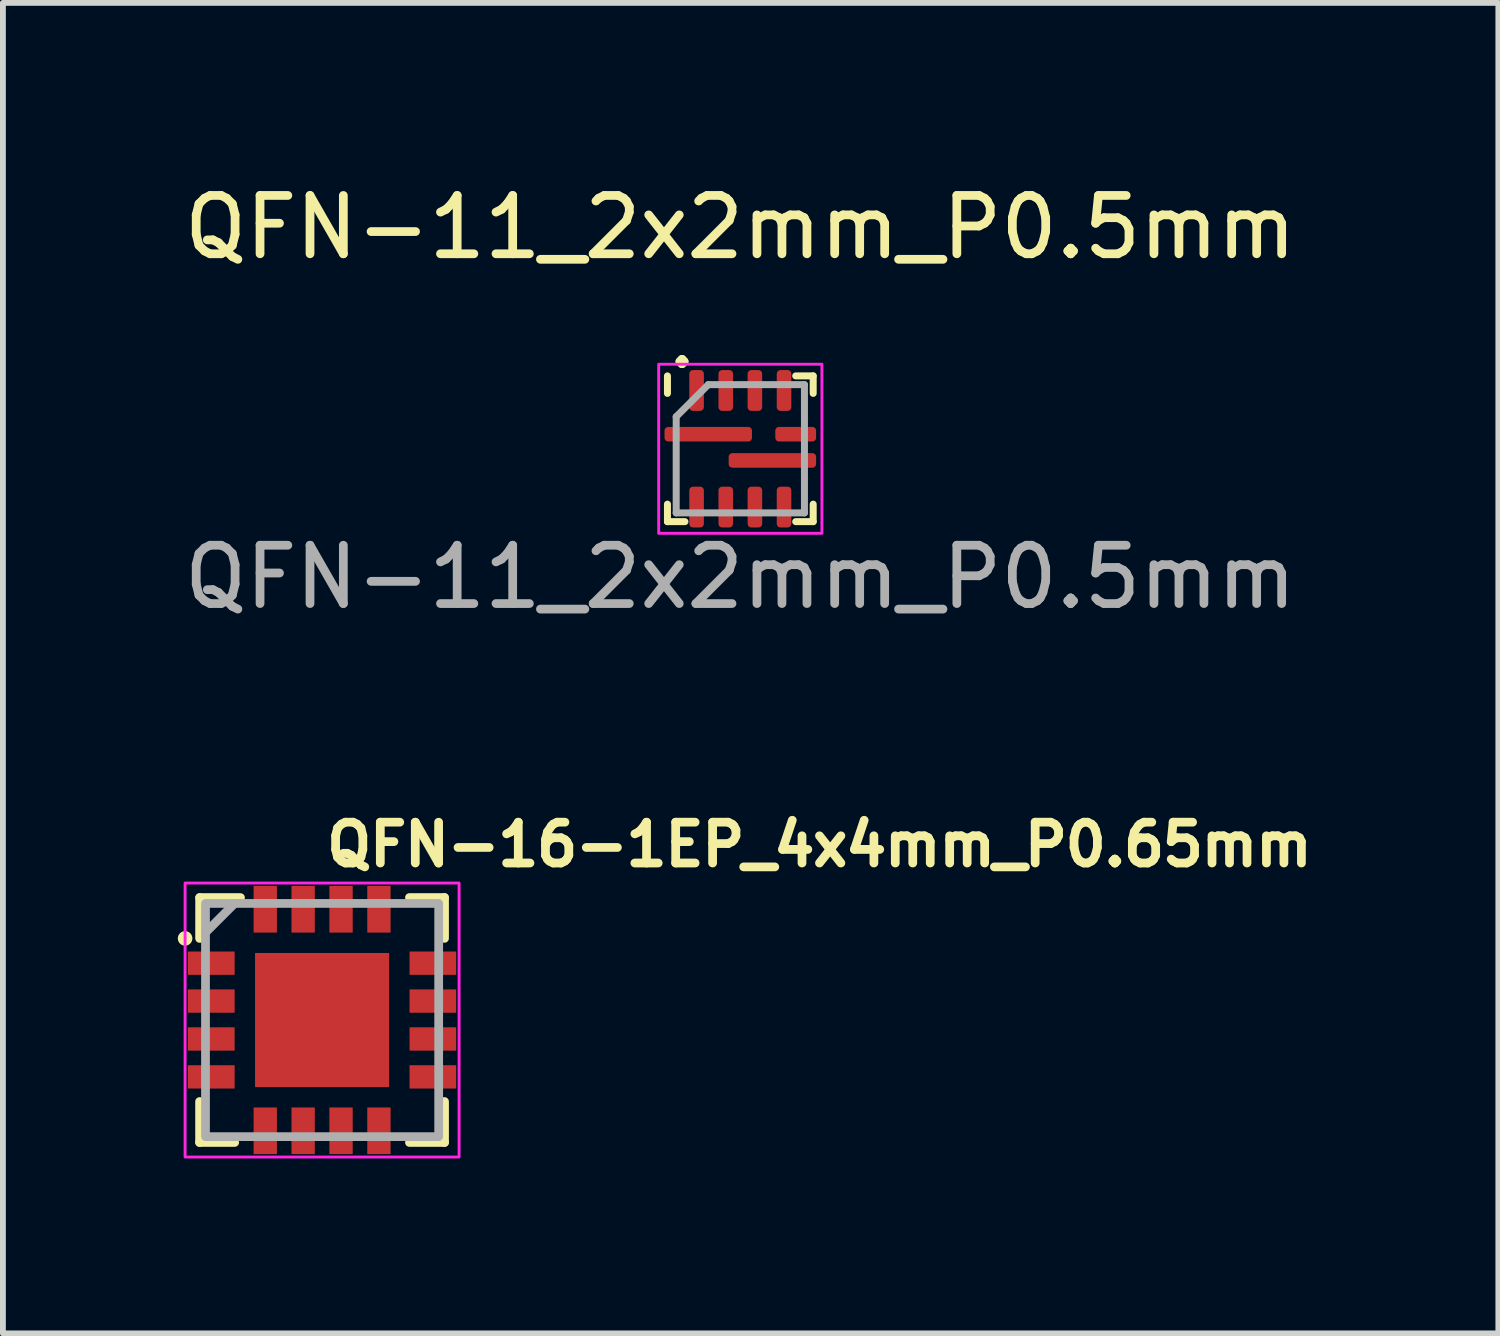
<source format=kicad_pcb>
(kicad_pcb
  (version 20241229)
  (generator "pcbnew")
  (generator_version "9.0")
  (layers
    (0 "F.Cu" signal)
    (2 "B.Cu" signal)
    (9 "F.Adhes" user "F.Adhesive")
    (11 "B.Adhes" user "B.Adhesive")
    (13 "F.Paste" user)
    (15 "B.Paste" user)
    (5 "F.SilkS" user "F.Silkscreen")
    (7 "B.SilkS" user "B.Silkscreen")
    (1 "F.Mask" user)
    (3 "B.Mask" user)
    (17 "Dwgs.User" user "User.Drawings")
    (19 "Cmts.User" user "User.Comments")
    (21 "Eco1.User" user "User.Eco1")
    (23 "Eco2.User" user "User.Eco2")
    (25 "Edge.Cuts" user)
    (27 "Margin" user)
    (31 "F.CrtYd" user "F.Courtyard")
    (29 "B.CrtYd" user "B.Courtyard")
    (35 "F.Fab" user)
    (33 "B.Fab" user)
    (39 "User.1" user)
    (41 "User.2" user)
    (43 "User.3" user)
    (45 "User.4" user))
  (footprint "QFN-11_2x2mm_P0.5mm"
    (layer "F.Cu")
    (at 9.649 4.648)
    (property "Reference" "QFN-11_2x2mm_P0.5mm" (at 0 -3.8 0) (unlocked yes) (layer "F.SilkS") (effects (font (size 1 1) (thickness 0.15))))
    (attr smd)
    (fp_line (start -1.25 -0.95) (end -1.25 -1.25) (stroke (width 0.12) (type solid)) (layer "F.SilkS"))
    (fp_line (start -1.25 1.25) (end -1.25 0.95) (stroke (width 0.12) (type solid)) (layer "F.SilkS"))
    (fp_line (start -0.95 1.25) (end -1.25 1.25) (stroke (width 0.12) (type solid)) (layer "F.SilkS"))
    (fp_line (start 0.95 -1.25) (end 1.25 -1.25) (stroke (width 0.12) (type solid)) (layer "F.SilkS"))
    (fp_line (start 1.25 -1.25) (end 1.25 -0.95) (stroke (width 0.12) (type solid)) (layer "F.SilkS"))
    (fp_line (start 1.25 0.95) (end 1.25 1.25) (stroke (width 0.12) (type solid)) (layer "F.SilkS"))
    (fp_line (start 1.25 1.25) (end 0.95 1.25) (stroke (width 0.12) (type solid)) (layer "F.SilkS"))
    (fp_rect (start -1.4 -1.45) (end 1.4 1.45) (stroke (width 0.05) (type solid)) (fill no) (layer "F.CrtYd"))
    (fp_line (start -1.1 1.1) (end -1.1 -0.55) (stroke (width 0.12) (type solid)) (layer "F.Fab"))
    (fp_line (start -0.55 -1.1) (end -1.1 -0.55) (stroke (width 0.12) (type solid)) (layer "F.Fab"))
    (fp_line (start -0.55 -1.1) (end 1.1 -1.1) (stroke (width 0.12) (type solid)) (layer "F.Fab"))
    (fp_line (start 1.1 -1.1) (end 1.1 1.1) (stroke (width 0.12) (type solid)) (layer "F.Fab"))
    (fp_line (start 1.1 1.1) (end -1.1 1.1) (stroke (width 0.12) (type solid)) (layer "F.Fab"))
    (fp_text user "." (at -1 -1.8 0) (layer "F.SilkS") (effects (font (size 0.75 0.75) (thickness 0.15))))
    (fp_text user "${REFERENCE}" (at 0 2.2 0) (layer "F.Fab") (effects (font (size 1 1) (thickness 0.15))))
    (pad "1" smd roundrect (at -0.55 -0.25 180) (size 1.5 0.25) (layers "F.Cu" "F.Mask" "F.Paste") (roundrect_rratio 0.25))
    (pad "2" smd roundrect (at -0.75 1 90) (size 0.7 0.25) (layers "F.Cu" "F.Mask" "F.Paste") (roundrect_rratio 0.25))
    (pad "3" smd roundrect (at -0.25 1 90) (size 0.7 0.25) (layers "F.Cu" "F.Mask" "F.Paste") (roundrect_rratio 0.25))
    (pad "4" smd roundrect (at 0.25 1 90) (size 0.7 0.25) (layers "F.Cu" "F.Mask" "F.Paste") (roundrect_rratio 0.25))
    (pad "5" smd roundrect (at 0.75 1 90) (size 0.7 0.25) (layers "F.Cu" "F.Mask" "F.Paste") (roundrect_rratio 0.25))
    (pad "6" smd roundrect (at 0.55 0.2 180) (size 1.5 0.25) (layers "F.Cu" "F.Mask" "F.Paste") (roundrect_rratio 0.25))
    (pad "7" smd roundrect (at 0.95 -0.25 180) (size 0.7 0.25) (layers "F.Cu" "F.Mask" "F.Paste") (roundrect_rratio 0.25))
    (pad "8" smd roundrect (at 0.75 -1 90) (size 0.7 0.25) (layers "F.Cu" "F.Mask" "F.Paste") (roundrect_rratio 0.25))
    (pad "9" smd roundrect (at 0.25 -1 90) (size 0.7 0.25) (layers "F.Cu" "F.Mask" "F.Paste") (roundrect_rratio 0.25))
    (pad "10" smd roundrect (at -0.25 -1 90) (size 0.7 0.25) (layers "F.Cu" "F.Mask" "F.Paste") (roundrect_rratio 0.25))
    (pad "11" smd roundrect (at -0.75 -1 90) (size 0.7 0.25) (layers "F.Cu" "F.Mask" "F.Paste") (roundrect_rratio 0.25)))
  (footprint "QFN-16-1EP_4x4mm_P0.65mm"
    (layer "F.Cu")
    (at 2.475 14.447)
    (property "Reference" "QFN-16-1EP_4x4mm_P0.65mm" (at 0 -2.6 0) (layer "F.SilkS") (effects (font (size 0.7 0.7) (thickness 0.15)) (justify left bottom)))
    (attr smd)
    (fp_line (start -2.101 1.398) (end -2.101 2.1) (stroke (width 0.15) (type solid)) (layer "F.SilkS"))
    (fp_line (start -2.101 2.1) (end -1.5 2.1) (stroke (width 0.15) (type solid)) (layer "F.SilkS"))
    (fp_line (start -2.1 -2.1) (end -2.101 -1.4) (stroke (width 0.15) (type solid)) (layer "F.SilkS"))
    (fp_line (start -1.4 -2.1) (end -2.1 -2.1) (stroke (width 0.15) (type solid)) (layer "F.SilkS"))
    (fp_line (start 1.499 -2.101) (end 2.1 -2.101) (stroke (width 0.15) (type solid)) (layer "F.SilkS"))
    (fp_line (start 1.499 2.1) (end 2.1 2.1) (stroke (width 0.15) (type solid)) (layer "F.SilkS"))
    (fp_line (start 2.1 -2.101) (end 2.1 -1.401) (stroke (width 0.15) (type solid)) (layer "F.SilkS"))
    (fp_line (start 2.1 2.1) (end 2.1 1.398) (stroke (width 0.15) (type solid)) (layer "F.SilkS"))
    (fp_circle (center -2.35 -1.4) (end -2.3 -1.4) (stroke (width 0.15) (type solid)) (fill yes) (layer "F.SilkS"))
    (fp_rect (start -2.35 -2.35) (end 2.35 2.35) (stroke (width 0.05) (type solid)) (fill no) (layer "F.CrtYd"))
    (fp_line (start -1.5 -2) (end -2 -1.5) (stroke (width 0.15) (type solid)) (layer "F.Fab"))
    (fp_rect (start 2 2) (end -2 -2) (stroke (width 0.15) (type solid)) (fill no) (layer "F.Fab"))
    (fp_rect (start -2 -2) (end 1.999 1.999) (stroke (width 0.1) (type solid)) (fill no) (layer "User.5"))
    (fp_line (start -2 -1.125) (end -2 -0.826) (stroke (width 0.02) (type solid)) (layer "User.9"))
    (fp_line (start -2 -0.826) (end -1.99 -0.826) (stroke (width 0.02) (type solid)) (layer "User.9"))
    (fp_line (start -2 -0.476) (end -2 -0.176) (stroke (width 0.02) (type solid)) (layer "User.9"))
    (fp_line (start -2 -0.176) (end -1.99 -0.176) (stroke (width 0.02) (type solid)) (layer "User.9"))
    (fp_line (start -2 0.174) (end -2 0.474) (stroke (width 0.02) (type solid)) (layer "User.9"))
    (fp_line (start -2 0.474) (end -1.99 0.474) (stroke (width 0.02) (type solid)) (layer "User.9"))
    (fp_line (start -2 0.824) (end -2 1.124) (stroke (width 0.02) (type solid)) (layer "User.9"))
    (fp_line (start -2 1.124) (end -1.99 1.124) (stroke (width 0.02) (type solid)) (layer "User.9"))
    (fp_line (start -1.99 -1.99) (end -1.99 1.989) (stroke (width 0.02) (type solid)) (layer "User.9"))
    (fp_line (start -1.99 -1.125) (end -2 -1.125) (stroke (width 0.02) (type solid)) (layer "User.9"))
    (fp_line (start -1.99 -0.476) (end -2 -0.476) (stroke (width 0.02) (type solid)) (layer "User.9"))
    (fp_line (start -1.99 0.174) (end -2 0.174) (stroke (width 0.02) (type solid)) (layer "User.9"))
    (fp_line (start -1.99 0.824) (end -2 0.824) (stroke (width 0.02) (type solid)) (layer "User.9"))
    (fp_line (start -1.99 1.989) (end 1.989 1.989) (stroke (width 0.02) (type solid)) (layer "User.9"))
    (fp_line (start -1.125 -2) (end -1.125 -1.99) (stroke (width 0.02) (type solid)) (layer "User.9"))
    (fp_line (start -1.125 1.989) (end -1.125 1.999) (stroke (width 0.02) (type solid)) (layer "User.9"))
    (fp_line (start -1.125 1.999) (end -0.826 1.999) (stroke (width 0.02) (type solid)) (layer "User.9"))
    (fp_line (start -0.826 -2) (end -1.125 -2) (stroke (width 0.02) (type solid)) (layer "User.9"))
    (fp_line (start -0.826 -1.99) (end -0.826 -2) (stroke (width 0.02) (type solid)) (layer "User.9"))
    (fp_line (start -0.826 1.999) (end -0.826 1.989) (stroke (width 0.02) (type solid)) (layer "User.9"))
    (fp_line (start -0.476 -2) (end -0.476 -1.99) (stroke (width 0.02) (type solid)) (layer "User.9"))
    (fp_line (start -0.476 1.989) (end -0.476 1.999) (stroke (width 0.02) (type solid)) (layer "User.9"))
    (fp_line (start -0.476 1.999) (end -0.176 1.999) (stroke (width 0.02) (type solid)) (layer "User.9"))
    (fp_line (start -0.176 -2) (end -0.476 -2) (stroke (width 0.02) (type solid)) (layer "User.9"))
    (fp_line (start -0.176 -1.99) (end -0.176 -2) (stroke (width 0.02) (type solid)) (layer "User.9"))
    (fp_line (start -0.176 1.999) (end -0.176 1.989) (stroke (width 0.02) (type solid)) (layer "User.9"))
    (fp_line (start 0.174 -2) (end 0.174 -1.99) (stroke (width 0.02) (type solid)) (layer "User.9"))
    (fp_line (start 0.174 1.989) (end 0.174 1.999) (stroke (width 0.02) (type solid)) (layer "User.9"))
    (fp_line (start 0.174 1.999) (end 0.474 1.999) (stroke (width 0.02) (type solid)) (layer "User.9"))
    (fp_line (start 0.474 -2) (end 0.174 -2) (stroke (width 0.02) (type solid)) (layer "User.9"))
    (fp_line (start 0.474 -1.99) (end 0.474 -2) (stroke (width 0.02) (type solid)) (layer "User.9"))
    (fp_line (start 0.474 1.999) (end 0.474 1.989) (stroke (width 0.02) (type solid)) (layer "User.9"))
    (fp_line (start 0.824 -2) (end 0.824 -1.99) (stroke (width 0.02) (type solid)) (layer "User.9"))
    (fp_line (start 0.824 1.989) (end 0.824 1.999) (stroke (width 0.02) (type solid)) (layer "User.9"))
    (fp_line (start 0.824 1.999) (end 1.124 1.999) (stroke (width 0.02) (type solid)) (layer "User.9"))
    (fp_line (start 1.124 -2) (end 0.824 -2) (stroke (width 0.02) (type solid)) (layer "User.9"))
    (fp_line (start 1.124 -1.99) (end 1.124 -2) (stroke (width 0.02) (type solid)) (layer "User.9"))
    (fp_line (start 1.124 1.999) (end 1.124 1.989) (stroke (width 0.02) (type solid)) (layer "User.9"))
    (fp_line (start 1.989 -1.99) (end -1.99 -1.99) (stroke (width 0.02) (type solid)) (layer "User.9"))
    (fp_line (start 1.989 -0.826) (end 1.999 -0.826) (stroke (width 0.02) (type solid)) (layer "User.9"))
    (fp_line (start 1.989 -0.176) (end 1.999 -0.176) (stroke (width 0.02) (type solid)) (layer "User.9"))
    (fp_line (start 1.989 0.474) (end 1.999 0.474) (stroke (width 0.02) (type solid)) (layer "User.9"))
    (fp_line (start 1.989 1.124) (end 1.999 1.124) (stroke (width 0.02) (type solid)) (layer "User.9"))
    (fp_line (start 1.989 1.989) (end 1.989 -1.99) (stroke (width 0.02) (type solid)) (layer "User.9"))
    (fp_line (start 1.999 -1.125) (end 1.989 -1.125) (stroke (width 0.02) (type solid)) (layer "User.9"))
    (fp_line (start 1.999 -0.826) (end 1.999 -1.125) (stroke (width 0.02) (type solid)) (layer "User.9"))
    (fp_line (start 1.999 -0.476) (end 1.989 -0.476) (stroke (width 0.02) (type solid)) (layer "User.9"))
    (fp_line (start 1.999 -0.176) (end 1.999 -0.476) (stroke (width 0.02) (type solid)) (layer "User.9"))
    (fp_line (start 1.999 0.174) (end 1.989 0.174) (stroke (width 0.02) (type solid)) (layer "User.9"))
    (fp_line (start 1.999 0.474) (end 1.999 0.174) (stroke (width 0.02) (type solid)) (layer "User.9"))
    (fp_line (start 1.999 0.824) (end 1.989 0.824) (stroke (width 0.02) (type solid)) (layer "User.9"))
    (fp_line (start 1.999 1.124) (end 1.999 0.824) (stroke (width 0.02) (type solid)) (layer "User.9"))
    (fp_circle (center -1.55 -1.55) (end -1.4 -1.55) (stroke (width 0.02) (type solid)) (fill no) (layer "User.9"))
    (pad "1" smd rect (at -1.9 -0.975) (size 0.8 0.4) (layers "F.Cu" "F.Mask" "F.Paste"))
    (pad "2" smd rect (at -1.9 -0.325) (size 0.8 0.4) (layers "F.Cu" "F.Mask" "F.Paste"))
    (pad "3" smd rect (at -1.9 0.325) (size 0.8 0.4) (layers "F.Cu" "F.Mask" "F.Paste"))
    (pad "4" smd rect (at -1.9 0.975) (size 0.8 0.4) (layers "F.Cu" "F.Mask" "F.Paste"))
    (pad "5" smd rect (at -0.975 1.9) (size 0.4 0.8) (layers "F.Cu" "F.Mask" "F.Paste"))
    (pad "6" smd rect (at -0.325 1.9) (size 0.4 0.8) (layers "F.Cu" "F.Mask" "F.Paste"))
    (pad "7" smd rect (at 0.325 1.9) (size 0.4 0.8) (layers "F.Cu" "F.Mask" "F.Paste"))
    (pad "8" smd rect (at 0.975 1.9) (size 0.4 0.8) (layers "F.Cu" "F.Mask" "F.Paste"))
    (pad "9" smd rect (at 1.9 0.975) (size 0.8 0.4) (layers "F.Cu" "F.Mask" "F.Paste"))
    (pad "10" smd rect (at 1.9 0.325) (size 0.8 0.4) (layers "F.Cu" "F.Mask" "F.Paste"))
    (pad "11" smd rect (at 1.9 -0.325) (size 0.8 0.4) (layers "F.Cu" "F.Mask" "F.Paste"))
    (pad "12" smd rect (at 1.9 -0.975) (size 0.8 0.4) (layers "F.Cu" "F.Mask" "F.Paste"))
    (pad "13" smd rect (at 0.975 -1.9) (size 0.4 0.8) (layers "F.Cu" "F.Mask" "F.Paste"))
    (pad "14" smd rect (at 0.325 -1.9) (size 0.4 0.8) (layers "F.Cu" "F.Mask" "F.Paste"))
    (pad "15" smd rect (at -0.325 -1.9) (size 0.4 0.8) (layers "F.Cu" "F.Mask" "F.Paste"))
    (pad "16" smd rect (at -0.975 -1.9) (size 0.4 0.8) (layers "F.Cu" "F.Mask" "F.Paste"))
    (pad "17" smd rect (at 0 0) (size 2.3 2.3) (layers "F.Cu" "F.Mask" "F.Paste")))
  (gr_rect
    (start -3 -3)
    (end 22.652 19.822)
    (stroke (width 0.1) (type default))
    (fill no)
    (layer "Edge.Cuts")))
</source>
